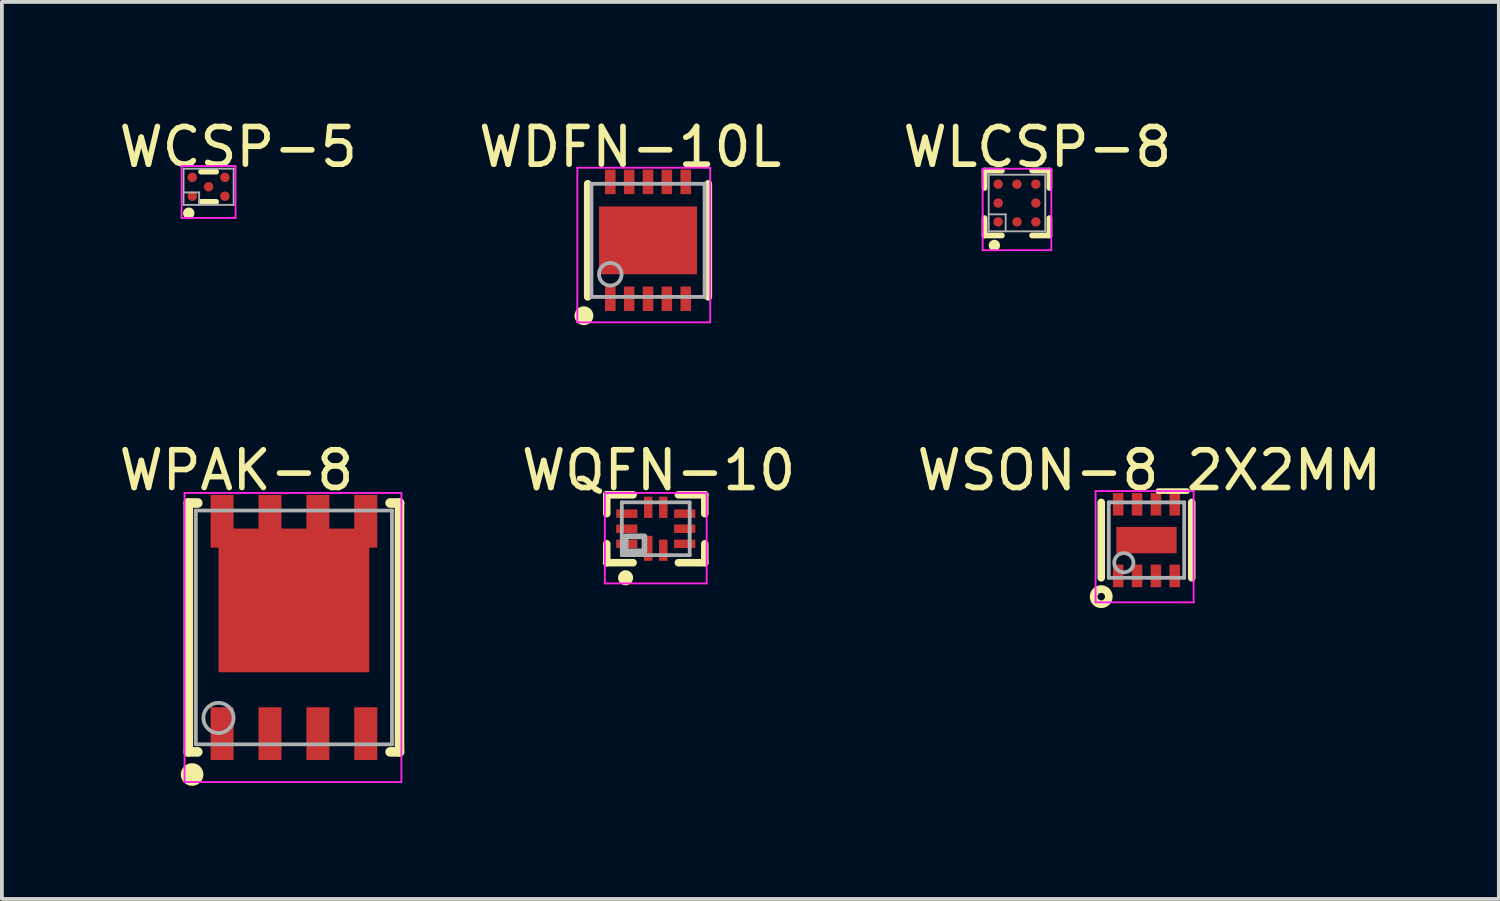
<source format=kicad_pcb>
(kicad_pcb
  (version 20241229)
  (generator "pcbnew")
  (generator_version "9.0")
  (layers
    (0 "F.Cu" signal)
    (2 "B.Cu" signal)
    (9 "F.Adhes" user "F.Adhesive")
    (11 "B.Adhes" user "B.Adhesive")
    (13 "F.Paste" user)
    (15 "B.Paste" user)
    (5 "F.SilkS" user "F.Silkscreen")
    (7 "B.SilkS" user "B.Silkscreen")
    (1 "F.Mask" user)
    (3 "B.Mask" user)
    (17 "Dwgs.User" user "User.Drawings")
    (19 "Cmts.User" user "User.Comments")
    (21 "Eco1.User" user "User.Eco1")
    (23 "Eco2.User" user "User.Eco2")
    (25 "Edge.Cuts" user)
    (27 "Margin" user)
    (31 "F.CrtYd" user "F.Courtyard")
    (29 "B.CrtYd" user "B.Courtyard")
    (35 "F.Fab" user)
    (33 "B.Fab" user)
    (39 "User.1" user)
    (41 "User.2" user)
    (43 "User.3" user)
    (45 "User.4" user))
  (footprint "WDFN-10L"
    (layer "F.Cu")
    (at 14.134 3.323)
    (property "Reference" "WDFN-10L" (at -0.474 -2.475 0) (layer "F.SilkS") (effects (font (size 1 1) (thickness 0.15))))
    (attr through_hole)
    (fp_line (start -1.6 1.5) (end -1.6 -1.5) (stroke (width 0.2) (type solid)) (layer "F.SilkS"))
    (fp_line (start 1.6 1.5) (end 1.6 -1.5) (stroke (width 0.2) (type solid)) (layer "F.SilkS"))
    (fp_circle (center -1.7 2) (end -1.575 2) (stroke (width 0.25) (type solid)) (fill no) (layer "F.SilkS"))
    (fp_line (start -1.875 -1.925) (end 1.65 -1.925) (stroke (width 0.05) (type solid)) (layer "F.CrtYd"))
    (fp_line (start -1.875 2.175) (end -1.875 -1.925) (stroke (width 0.05) (type solid)) (layer "F.CrtYd"))
    (fp_line (start 1.65 -1.925) (end 1.65 2.175) (stroke (width 0.05) (type solid)) (layer "F.CrtYd"))
    (fp_line (start 1.65 2.175) (end -1.875 2.175) (stroke (width 0.05) (type solid)) (layer "F.CrtYd"))
    (fp_line (start -1.5 -1.5) (end 1.5 -1.5) (stroke (width 0.1) (type solid)) (layer "F.Fab"))
    (fp_line (start -1.5 1.5) (end -1.5 -1.5) (stroke (width 0.1) (type solid)) (layer "F.Fab"))
    (fp_line (start -1.5 1.5) (end 1.5 1.5) (stroke (width 0.1) (type solid)) (layer "F.Fab"))
    (fp_line (start 1.5 1.5) (end 1.5 -1.5) (stroke (width 0.1) (type solid)) (layer "F.Fab"))
    (fp_circle (center -1 0.9) (end -0.7 0.9) (stroke (width 0.1) (type solid)) (fill no) (layer "F.Fab"))
    (pad "0" smd rect (at 0 0 90) (size 1.8 2.6) (layers "F.Cu" "F.Mask" "F.Paste"))
    (pad "1" smd rect (at -1 1.55) (size 0.28 0.65) (layers "F.Cu" "F.Mask" "F.Paste"))
    (pad "2" smd rect (at -0.5 1.55) (size 0.28 0.65) (layers "F.Cu" "F.Mask" "F.Paste"))
    (pad "3" smd rect (at 0 1.55) (size 0.28 0.65) (layers "F.Cu" "F.Mask" "F.Paste"))
    (pad "4" smd rect (at 0.5 1.55) (size 0.28 0.65) (layers "F.Cu" "F.Mask" "F.Paste"))
    (pad "5" smd rect (at 1 1.55) (size 0.28 0.65) (layers "F.Cu" "F.Mask" "F.Paste"))
    (pad "6" smd rect (at 1 -1.55) (size 0.28 0.65) (layers "F.Cu" "F.Mask" "F.Paste"))
    (pad "7" smd rect (at 0.5 -1.55) (size 0.28 0.65) (layers "F.Cu" "F.Mask" "F.Paste"))
    (pad "8" smd rect (at 0 -1.55) (size 0.28 0.65) (layers "F.Cu" "F.Mask" "F.Paste"))
    (pad "9" smd rect (at -0.5 -1.55) (size 0.28 0.65) (layers "F.Cu" "F.Mask" "F.Paste"))
    (pad "10" smd rect (at -1 -1.55) (size 0.28 0.65) (layers "F.Cu" "F.Mask" "F.Paste")))
  (footprint "WPAK-8"
    (layer "F.Cu")
    (at 4.744 13.588)
    (property "Reference" "WPAK-8" (at -1.524 -4.167 0) (layer "F.SilkS") (effects (font (size 1 1) (thickness 0.15))))
    (attr through_hole)
    (fp_line (start -2.8 -3.3) (end -2.55 -3.3) (stroke (width 0.254) (type solid)) (layer "F.SilkS"))
    (fp_line (start -2.8 3.3) (end -2.8 -3.3) (stroke (width 0.254) (type solid)) (layer "F.SilkS"))
    (fp_line (start -2.8 3.3) (end -2.55 3.3) (stroke (width 0.254) (type solid)) (layer "F.SilkS"))
    (fp_line (start 2.55 -3.3) (end 2.8 -3.3) (stroke (width 0.254) (type solid)) (layer "F.SilkS"))
    (fp_line (start 2.55 3.3) (end 2.8 3.3) (stroke (width 0.254) (type solid)) (layer "F.SilkS"))
    (fp_line (start 2.8 3.3) (end 2.8 -3.3) (stroke (width 0.254) (type solid)) (layer "F.SilkS"))
    (fp_circle (center -2.7 3.9) (end -2.55 3.9) (stroke (width 0.3) (type solid)) (fill no) (layer "F.SilkS"))
    (fp_line (start -2.9 -3.566) (end 2.85 -3.566) (stroke (width 0.05) (type solid)) (layer "F.CrtYd"))
    (fp_line (start -2.9 4.1) (end -2.9 -3.566) (stroke (width 0.05) (type solid)) (layer "F.CrtYd"))
    (fp_line (start 2.85 -3.566) (end 2.85 4.1) (stroke (width 0.05) (type solid)) (layer "F.CrtYd"))
    (fp_line (start 2.85 4.1) (end -2.9 4.1) (stroke (width 0.05) (type solid)) (layer "F.CrtYd"))
    (fp_line (start -2.6 -3.1) (end 2.6 -3.1) (stroke (width 0.1) (type solid)) (layer "F.Fab"))
    (fp_line (start -2.6 3.1) (end -2.6 -3.1) (stroke (width 0.1) (type solid)) (layer "F.Fab"))
    (fp_line (start -2.6 3.1) (end 2.6 3.1) (stroke (width 0.1) (type solid)) (layer "F.Fab"))
    (fp_line (start 2.6 3.1) (end 2.6 -3.1) (stroke (width 0.1) (type solid)) (layer "F.Fab"))
    (fp_circle (center -2 2.4) (end -1.6 2.4) (stroke (width 0.1) (type solid)) (fill no) (layer "F.Fab"))
    (pad "1" smd rect (at -1.905 2.816) (size 0.61 1.4) (layers "F.Cu" "F.Mask" "F.Paste"))
    (pad "2" smd rect (at -0.635 2.816) (size 0.61 1.4) (layers "F.Cu" "F.Mask" "F.Paste"))
    (pad "3" smd rect (at 0.635 2.816) (size 0.61 1.4) (layers "F.Cu" "F.Mask" "F.Paste"))
    (pad "4" smd rect (at 1.905 2.816) (size 0.61 1.4) (layers "F.Cu" "F.Mask" "F.Paste"))
    (pad "5" smd rect (at 1.905 -2.816) (size 0.61 1.4) (layers "F.Cu" "F.Mask" "F.Paste"))
    (pad "6" smd rect (at 0.635 -2.816) (size 0.61 1.4) (layers "F.Cu" "F.Mask" "F.Paste"))
    (pad "7" smd rect (at -0.635 -2.816) (size 0.61 1.4) (layers "F.Cu" "F.Mask" "F.Paste"))
    (pad "8" smd rect (at -1.905 -2.816) (size 0.61 1.4) (layers "F.Cu" "F.Mask" "F.Paste"))
    (pad "8" smd rect (at 0 -0.716 90) (size 3.81 4) (layers "F.Cu" "F.Mask" "F.Paste")))
  (footprint "WLCSP-8"
    (layer "F.Cu")
    (at 23.918 2.334)
    (property "Reference" "WLCSP-8" (at 0.54 -1.485 0) (layer "F.SilkS") (effects (font (size 1 1) (thickness 0.15))))
    (attr through_hole)
    (fp_line (start -0.86 -0.86) (end -0.4 -0.86) (stroke (width 0.152) (type solid)) (layer "F.SilkS"))
    (fp_line (start -0.86 -0.4) (end -0.86 -0.86) (stroke (width 0.152) (type solid)) (layer "F.SilkS"))
    (fp_line (start -0.86 0.86) (end -0.86 0.4) (stroke (width 0.152) (type solid)) (layer "F.SilkS"))
    (fp_line (start -0.86 0.86) (end -0.4 0.86) (stroke (width 0.152) (type solid)) (layer "F.SilkS"))
    (fp_line (start 0.4 -0.86) (end 0.86 -0.86) (stroke (width 0.152) (type solid)) (layer "F.SilkS"))
    (fp_line (start 0.4 0.86) (end 0.86 0.86) (stroke (width 0.152) (type solid)) (layer "F.SilkS"))
    (fp_line (start 0.86 -0.4) (end 0.86 -0.86) (stroke (width 0.152) (type solid)) (layer "F.SilkS"))
    (fp_line (start 0.86 0.86) (end 0.86 0.4) (stroke (width 0.152) (type solid)) (layer "F.SilkS"))
    (fp_circle (center -0.6 1.125) (end -0.524 1.125) (stroke (width 0.152) (type solid)) (fill no) (layer "F.SilkS"))
    (fp_line (start -0.91 -0.91) (end 0.91 -0.91) (stroke (width 0.05) (type solid)) (layer "F.CrtYd"))
    (fp_line (start -0.91 1.251) (end -0.91 -0.91) (stroke (width 0.05) (type solid)) (layer "F.CrtYd"))
    (fp_line (start 0.91 -0.91) (end 0.91 1.251) (stroke (width 0.05) (type solid)) (layer "F.CrtYd"))
    (fp_line (start 0.91 1.251) (end -0.91 1.251) (stroke (width 0.05) (type solid)) (layer "F.CrtYd"))
    (fp_line (start -0.75 -0.75) (end 0.75 -0.75) (stroke (width 0.05) (type solid)) (layer "F.Fab"))
    (fp_line (start -0.75 0.3) (end -0.3 0.3) (stroke (width 0.05) (type solid)) (layer "F.Fab"))
    (fp_line (start -0.75 0.75) (end -0.75 -0.75) (stroke (width 0.05) (type solid)) (layer "F.Fab"))
    (fp_line (start -0.75 0.75) (end 0.75 0.75) (stroke (width 0.05) (type solid)) (layer "F.Fab"))
    (fp_line (start -0.3 0.75) (end -0.3 0.3) (stroke (width 0.05) (type solid)) (layer "F.Fab"))
    (fp_line (start 0.75 0.75) (end 0.75 -0.75) (stroke (width 0.05) (type solid)) (layer "F.Fab"))
    (pad "A1" smd oval (at -0.5 0.5 90) (size 0.25 0.25) (layers "F.Cu" "F.Mask" "F.Paste"))
    (pad "A2" smd oval (at -0.5 0 90) (size 0.25 0.25) (layers "F.Cu" "F.Mask" "F.Paste"))
    (pad "A3" smd oval (at -0.5 -0.5 90) (size 0.25 0.25) (layers "F.Cu" "F.Mask" "F.Paste"))
    (pad "B1" smd oval (at 0 0.5) (size 0.25 0.25) (layers "F.Cu" "F.Mask" "F.Paste"))
    (pad "B3" smd oval (at 0 -0.5) (size 0.25 0.25) (layers "F.Cu" "F.Mask" "F.Paste"))
    (pad "C1" smd oval (at 0.5 0.5) (size 0.25 0.25) (layers "F.Cu" "F.Mask" "F.Paste"))
    (pad "C2" smd oval (at 0.5 0) (size 0.25 0.25) (layers "F.Cu" "F.Mask" "F.Paste"))
    (pad "C3" smd oval (at 0.5 -0.5) (size 0.25 0.25) (layers "F.Cu" "F.Mask" "F.Paste")))
  (footprint "WSON-8_2X2MM"
    (layer "F.Cu")
    (at 27.352 11.272)
    (property "Reference" "WSON-8_2X2MM" (at 0.075 -1.85 0) (layer "F.SilkS") (effects (font (size 1 1) (thickness 0.15))))
    (attr through_hole)
    (fp_line (start -1.2 1) (end -1.2 -1) (stroke (width 0.2) (type solid)) (layer "F.SilkS"))
    (fp_line (start 1.2 1) (end 1.2 -1) (stroke (width 0.2) (type solid)) (layer "F.SilkS"))
    (fp_circle (center -1.2 1.5) (end -1.1 1.5) (stroke (width 0.203) (type solid)) (fill no) (layer "F.SilkS"))
    (fp_line (start -1.35 -1.3) (end 1.25 -1.3) (stroke (width 0.05) (type solid)) (layer "F.CrtYd"))
    (fp_line (start -1.35 1.65) (end -1.35 -1.3) (stroke (width 0.05) (type solid)) (layer "F.CrtYd"))
    (fp_line (start 1.25 -1.3) (end 1.25 1.65) (stroke (width 0.05) (type solid)) (layer "F.CrtYd"))
    (fp_line (start 1.25 1.65) (end -1.35 1.65) (stroke (width 0.05) (type solid)) (layer "F.CrtYd"))
    (fp_line (start -1 -1) (end 1 -1) (stroke (width 0.1) (type solid)) (layer "F.Fab"))
    (fp_line (start -1 1) (end -1 -1) (stroke (width 0.1) (type solid)) (layer "F.Fab"))
    (fp_line (start -1 1) (end 1 1) (stroke (width 0.1) (type solid)) (layer "F.Fab"))
    (fp_line (start 1 1) (end 1 -1) (stroke (width 0.1) (type solid)) (layer "F.Fab"))
    (fp_circle (center -0.6 0.6) (end -0.345 0.6) (stroke (width 0.1) (type solid)) (fill no) (layer "F.Fab"))
    (pad "0" smd rect (at 0 0) (size 1.6 0.7) (layers "F.Cu" "F.Mask" "F.Paste"))
    (pad "1" smd rect (at -0.75 0.95) (size 0.28 0.6) (layers "F.Cu" "F.Mask" "F.Paste"))
    (pad "2" smd rect (at -0.25 0.95) (size 0.28 0.6) (layers "F.Cu" "F.Mask" "F.Paste"))
    (pad "3" smd rect (at 0.25 0.95) (size 0.28 0.6) (layers "F.Cu" "F.Mask" "F.Paste"))
    (pad "4" smd rect (at 0.75 0.95) (size 0.28 0.6) (layers "F.Cu" "F.Mask" "F.Paste"))
    (pad "5" smd rect (at 0.75 -0.95 180) (size 0.28 0.6) (layers "F.Cu" "F.Mask" "F.Paste"))
    (pad "6" smd rect (at 0.25 -0.95 180) (size 0.28 0.6) (layers "F.Cu" "F.Mask" "F.Paste"))
    (pad "7" smd rect (at -0.25 -0.95 180) (size 0.28 0.6) (layers "F.Cu" "F.Mask" "F.Paste"))
    (pad "8" smd rect (at -0.75 -0.95 180) (size 0.28 0.6) (layers "F.Cu" "F.Mask" "F.Paste")))
  (footprint "WQFN-10"
    (layer "F.Cu")
    (at 14.339 10.971)
    (property "Reference" "WQFN-10" (at 0.076 -1.549 0) (layer "F.SilkS") (effects (font (size 1 1) (thickness 0.15))))
    (attr through_hole)
    (fp_line (start -1.3 -0.9) (end -0.6 -0.9) (stroke (width 0.2) (type solid)) (layer "F.SilkS"))
    (fp_line (start -1.3 -0.4) (end -1.3 -0.9) (stroke (width 0.2) (type solid)) (layer "F.SilkS"))
    (fp_line (start -1.3 0.9) (end -1.3 0.4) (stroke (width 0.2) (type solid)) (layer "F.SilkS"))
    (fp_line (start -1.3 0.9) (end -0.6 0.9) (stroke (width 0.2) (type solid)) (layer "F.SilkS"))
    (fp_line (start 0.6 -0.9) (end 1.3 -0.9) (stroke (width 0.2) (type solid)) (layer "F.SilkS"))
    (fp_line (start 0.6 0.9) (end 1.3 0.9) (stroke (width 0.2) (type solid)) (layer "F.SilkS"))
    (fp_line (start 1.3 -0.4) (end 1.3 -0.9) (stroke (width 0.2) (type solid)) (layer "F.SilkS"))
    (fp_line (start 1.3 0.9) (end 1.3 0.4) (stroke (width 0.2) (type solid)) (layer "F.SilkS"))
    (fp_circle (center -0.8 1.3) (end -0.7 1.3) (stroke (width 0.2) (type solid)) (fill no) (layer "F.SilkS"))
    (fp_line (start -1.35 -0.95) (end 1.35 -0.95) (stroke (width 0.05) (type solid)) (layer "F.CrtYd"))
    (fp_line (start -1.35 1.45) (end -1.35 -0.95) (stroke (width 0.05) (type solid)) (layer "F.CrtYd"))
    (fp_line (start 1.35 -0.95) (end 1.35 1.45) (stroke (width 0.05) (type solid)) (layer "F.CrtYd"))
    (fp_line (start 1.35 1.45) (end -1.35 1.45) (stroke (width 0.05) (type solid)) (layer "F.CrtYd"))
    (fp_line (start -0.9 -0.7) (end 0.9 -0.7) (stroke (width 0.1) (type solid)) (layer "F.Fab"))
    (fp_line (start -0.9 0.7) (end -0.9 -0.7) (stroke (width 0.1) (type solid)) (layer "F.Fab"))
    (fp_line (start -0.9 0.7) (end 0.9 0.7) (stroke (width 0.1) (type solid)) (layer "F.Fab"))
    (fp_line (start 0.9 0.7) (end 0.9 -0.7) (stroke (width 0.1) (type solid)) (layer "F.Fab"))
    (fp_poly (pts (xy -0.8 0.6) (xy -0.3 0.6) (xy -0.3 0.2) (xy -0.8 0.2)) (stroke (width 0.15) (type solid)) (fill no) (layer "F.Fab"))
    (pad "1" smd rect (at -0.2 0.519) (size 0.225 0.663) (layers "F.Cu" "F.Mask" "F.Paste"))
    (pad "2" smd rect (at 0.2 0.569) (size 0.225 0.563) (layers "F.Cu" "F.Mask" "F.Paste"))
    (pad "3" smd rect (at 0.768 0.4 270) (size 0.225 0.563) (layers "F.Cu" "F.Mask" "F.Paste"))
    (pad "4" smd rect (at 0.768 0 270) (size 0.225 0.563) (layers "F.Cu" "F.Mask" "F.Paste"))
    (pad "5" smd rect (at 0.768 -0.4 270) (size 0.225 0.563) (layers "F.Cu" "F.Mask" "F.Paste"))
    (pad "6" smd rect (at 0.2 -0.569) (size 0.225 0.563) (layers "F.Cu" "F.Mask" "F.Paste"))
    (pad "7" smd rect (at -0.2 -0.569) (size 0.225 0.563) (layers "F.Cu" "F.Mask" "F.Paste"))
    (pad "8" smd rect (at -0.768 -0.4 270) (size 0.225 0.563) (layers "F.Cu" "F.Mask" "F.Paste"))
    (pad "9" smd rect (at -0.768 0 270) (size 0.225 0.563) (layers "F.Cu" "F.Mask" "F.Paste"))
    (pad "10" smd rect (at -0.768 0.4 270) (size 0.225 0.563) (layers "F.Cu" "F.Mask" "F.Paste")))
  (footprint "WCSP-5"
    (layer "F.Cu")
    (at 2.481 1.903)
    (property "Reference" "WCSP-5" (at 0.786 -1.054 0) (layer "F.SilkS") (effects (font (size 1 1) (thickness 0.15))))
    (attr through_hole)
    (fp_line (start -0.2 -0.4) (end 0.2 -0.4) (stroke (width 0.152) (type solid)) (layer "F.SilkS"))
    (fp_line (start -0.2 0.4) (end 0.2 0.4) (stroke (width 0.152) (type solid)) (layer "F.SilkS"))
    (fp_circle (center -0.525 0.7) (end -0.449 0.7) (stroke (width 0.152) (type solid)) (fill no) (layer "F.SilkS"))
    (fp_line (start -0.715 -0.55) (end 0.715 -0.55) (stroke (width 0.05) (type solid)) (layer "F.CrtYd"))
    (fp_line (start -0.715 0.826) (end -0.715 -0.55) (stroke (width 0.05) (type solid)) (layer "F.CrtYd"))
    (fp_line (start 0.715 -0.55) (end 0.715 0.826) (stroke (width 0.05) (type solid)) (layer "F.CrtYd"))
    (fp_line (start 0.715 0.826) (end -0.715 0.826) (stroke (width 0.05) (type solid)) (layer "F.CrtYd"))
    (fp_line (start -0.665 -0.48) (end 0.665 -0.48) (stroke (width 0.05) (type solid)) (layer "F.Fab"))
    (fp_line (start -0.665 0.15) (end -0.25 0.15) (stroke (width 0.05) (type solid)) (layer "F.Fab"))
    (fp_line (start -0.665 0.48) (end -0.665 -0.48) (stroke (width 0.05) (type solid)) (layer "F.Fab"))
    (fp_line (start -0.665 0.48) (end 0.665 0.48) (stroke (width 0.05) (type solid)) (layer "F.Fab"))
    (fp_line (start -0.25 0.48) (end -0.25 0.15) (stroke (width 0.05) (type solid)) (layer "F.Fab"))
    (fp_line (start 0.665 0.48) (end 0.665 -0.48) (stroke (width 0.05) (type solid)) (layer "F.Fab"))
    (pad "A1" smd oval (at -0.433 0.25 90) (size 0.25 0.25) (layers "F.Cu" "F.Mask" "F.Paste"))
    (pad "A3" smd oval (at -0.433 -0.25 90) (size 0.25 0.25) (layers "F.Cu" "F.Mask" "F.Paste"))
    (pad "B2" smd oval (at 0 0 90) (size 0.25 0.25) (layers "F.Cu" "F.Mask" "F.Paste"))
    (pad "C1" smd oval (at 0.433 0.25 90) (size 0.25 0.25) (layers "F.Cu" "F.Mask" "F.Paste"))
    (pad "C3" smd oval (at 0.433 -0.25 90) (size 0.25 0.25) (layers "F.Cu" "F.Mask" "F.Paste")))
  (gr_rect
    (start -3 -3)
    (end 36.695 20.788)
    (stroke (width 0.1) (type default))
    (fill no)
    (layer "Edge.Cuts")))
</source>
